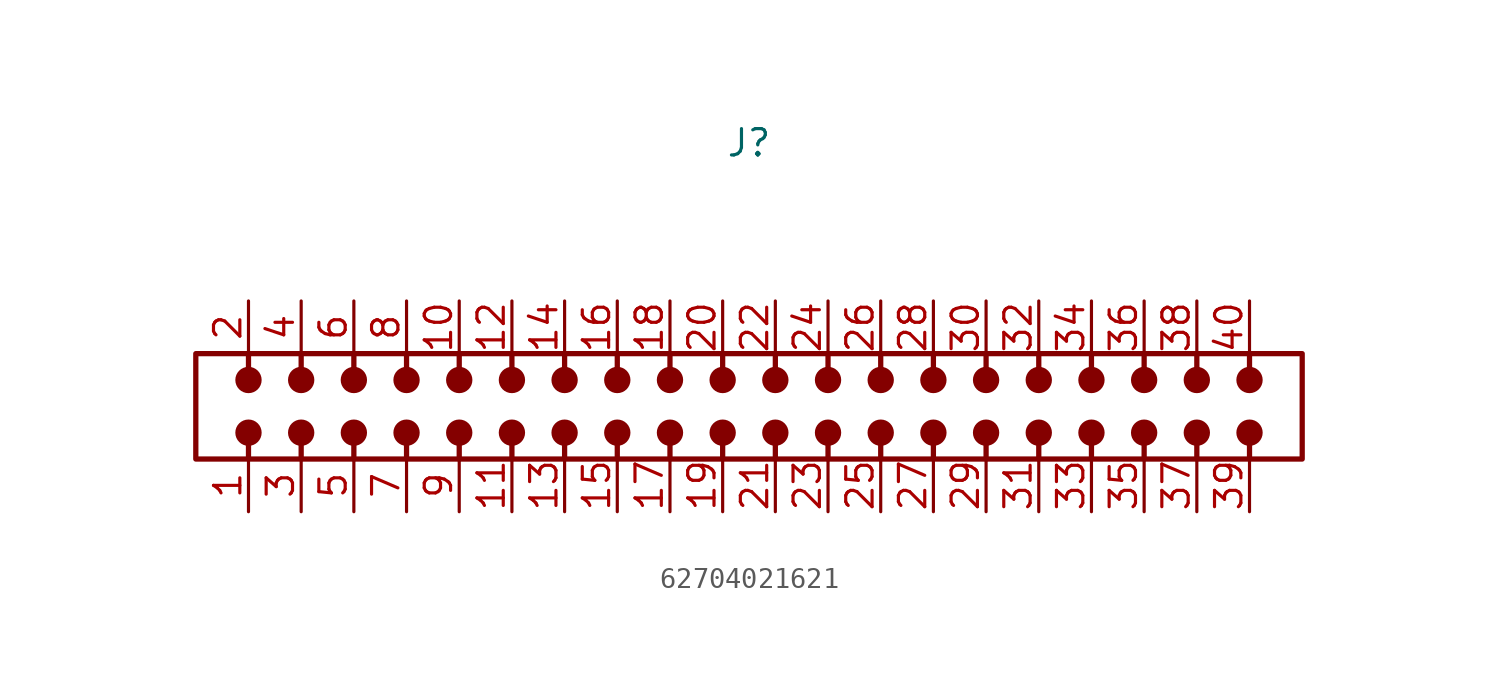
<source format=kicad_sym>
(kicad_symbol_lib
  (version 20241209)
  (generator "kicad_symbol_editor")
  (generator_version "9.0")
  (symbol "62704021621"
    (pin_names
      (hide yes))
    (property "Reference" "J"
      (at 0 12.7 0)
      (effects (font (size 1.27 1.27))))
    (symbol "62704021621_1_1"
      (polyline (pts (xy -24.13 1.778) (xy -24.13 2.54)) (stroke (width 0.254) (type solid)) (fill (type none)))
      (circle (center -24.13 1.27) (radius 0.508) (stroke (width 0.254) (type solid)) (fill (type outline)))
      (circle (center -24.13 -1.27) (radius 0.508) (stroke (width 0.254) (type solid)) (fill (type outline)))
      (polyline (pts (xy -24.13 -1.778) (xy -24.13 -2.54)) (stroke (width 0.254) (type solid)) (fill (type none)))
      (polyline (pts (xy -21.59 1.778) (xy -21.59 2.54)) (stroke (width 0.254) (type solid)) (fill (type none)))
      (circle (center -21.59 1.27) (radius 0.508) (stroke (width 0.254) (type solid)) (fill (type outline)))
      (circle (center -21.59 -1.27) (radius 0.508) (stroke (width 0.254) (type solid)) (fill (type outline)))
      (polyline (pts (xy -21.59 -1.778) (xy -21.59 -2.54)) (stroke (width 0.254) (type solid)) (fill (type none)))
      (polyline (pts (xy -19.05 1.778) (xy -19.05 2.54)) (stroke (width 0.254) (type solid)) (fill (type none)))
      (circle (center -19.05 1.27) (radius 0.508) (stroke (width 0.254) (type solid)) (fill (type outline)))
      (circle (center -19.05 -1.27) (radius 0.508) (stroke (width 0.254) (type solid)) (fill (type outline)))
      (polyline (pts (xy -19.05 -1.778) (xy -19.05 -2.54)) (stroke (width 0.254) (type solid)) (fill (type none)))
      (polyline (pts (xy -16.51 1.778) (xy -16.51 2.54)) (stroke (width 0.254) (type solid)) (fill (type none)))
      (circle (center -16.51 1.27) (radius 0.508) (stroke (width 0.254) (type solid)) (fill (type outline)))
      (circle (center -16.51 -1.27) (radius 0.508) (stroke (width 0.254) (type solid)) (fill (type outline)))
      (polyline (pts (xy -16.51 -1.778) (xy -16.51 -2.54)) (stroke (width 0.254) (type solid)) (fill (type none)))
      (polyline (pts (xy -13.97 1.778) (xy -13.97 2.54)) (stroke (width 0.254) (type solid)) (fill (type none)))
      (circle (center -13.97 1.27) (radius 0.508) (stroke (width 0.254) (type solid)) (fill (type outline)))
      (circle (center -13.97 -1.27) (radius 0.508) (stroke (width 0.254) (type solid)) (fill (type outline)))
      (polyline (pts (xy -13.97 -1.778) (xy -13.97 -2.54)) (stroke (width 0.254) (type solid)) (fill (type none)))
      (polyline (pts (xy -11.43 1.778) (xy -11.43 2.54)) (stroke (width 0.254) (type solid)) (fill (type none)))
      (circle (center -11.43 1.27) (radius 0.508) (stroke (width 0.254) (type solid)) (fill (type outline)))
      (circle (center -11.43 -1.27) (radius 0.508) (stroke (width 0.254) (type solid)) (fill (type outline)))
      (polyline (pts (xy -11.43 -1.778) (xy -11.43 -2.54)) (stroke (width 0.254) (type solid)) (fill (type none)))
      (polyline (pts (xy -8.89 1.778) (xy -8.89 2.54)) (stroke (width 0.254) (type solid)) (fill (type none)))
      (circle (center -8.89 1.27) (radius 0.508) (stroke (width 0.254) (type solid)) (fill (type outline)))
      (circle (center -8.89 -1.27) (radius 0.508) (stroke (width 0.254) (type solid)) (fill (type outline)))
      (polyline (pts (xy -8.89 -1.778) (xy -8.89 -2.54)) (stroke (width 0.254) (type solid)) (fill (type none)))
      (polyline (pts (xy -6.35 1.778) (xy -6.35 2.54)) (stroke (width 0.254) (type solid)) (fill (type none)))
      (circle (center -6.35 1.27) (radius 0.508) (stroke (width 0.254) (type solid)) (fill (type outline)))
      (circle (center -6.35 -1.27) (radius 0.508) (stroke (width 0.254) (type solid)) (fill (type outline)))
      (polyline (pts (xy -6.35 -1.778) (xy -6.35 -2.54)) (stroke (width 0.254) (type solid)) (fill (type none)))
      (polyline (pts (xy -3.81 1.778) (xy -3.81 2.54)) (stroke (width 0.254) (type solid)) (fill (type none)))
      (circle (center -3.81 1.27) (radius 0.508) (stroke (width 0.254) (type solid)) (fill (type outline)))
      (circle (center -3.81 -1.27) (radius 0.508) (stroke (width 0.254) (type solid)) (fill (type outline)))
      (polyline (pts (xy -3.81 -1.778) (xy -3.81 -2.54)) (stroke (width 0.254) (type solid)) (fill (type none)))
      (polyline (pts (xy -1.27 1.778) (xy -1.27 2.54)) (stroke (width 0.254) (type solid)) (fill (type none)))
      (circle (center -1.27 1.27) (radius 0.508) (stroke (width 0.254) (type solid)) (fill (type outline)))
      (circle (center -1.27 -1.27) (radius 0.508) (stroke (width 0.254) (type solid)) (fill (type outline)))
      (polyline (pts (xy -1.27 -1.778) (xy -1.27 -2.54)) (stroke (width 0.254) (type solid)) (fill (type none)))
      (polyline (pts (xy 1.27 1.778) (xy 1.27 2.54)) (stroke (width 0.254) (type solid)) (fill (type none)))
      (circle (center 1.27 1.27) (radius 0.508) (stroke (width 0.254) (type solid)) (fill (type outline)))
      (circle (center 1.27 -1.27) (radius 0.508) (stroke (width 0.254) (type solid)) (fill (type outline)))
      (polyline (pts (xy 1.27 -1.778) (xy 1.27 -2.54)) (stroke (width 0.254) (type solid)) (fill (type none)))
      (polyline (pts (xy 3.81 1.778) (xy 3.81 2.54)) (stroke (width 0.254) (type solid)) (fill (type none)))
      (circle (center 3.81 1.27) (radius 0.508) (stroke (width 0.254) (type solid)) (fill (type outline)))
      (circle (center 3.81 -1.27) (radius 0.508) (stroke (width 0.254) (type solid)) (fill (type outline)))
      (polyline (pts (xy 3.81 -1.778) (xy 3.81 -2.54)) (stroke (width 0.254) (type solid)) (fill (type none)))
      (polyline (pts (xy 6.35 1.778) (xy 6.35 2.54)) (stroke (width 0.254) (type solid)) (fill (type none)))
      (circle (center 6.35 1.27) (radius 0.508) (stroke (width 0.254) (type solid)) (fill (type outline)))
      (circle (center 6.35 -1.27) (radius 0.508) (stroke (width 0.254) (type solid)) (fill (type outline)))
      (polyline (pts (xy 6.35 -1.778) (xy 6.35 -2.54)) (stroke (width 0.254) (type solid)) (fill (type none)))
      (polyline (pts (xy 8.89 1.778) (xy 8.89 2.54)) (stroke (width 0.254) (type solid)) (fill (type none)))
      (circle (center 8.89 1.27) (radius 0.508) (stroke (width 0.254) (type solid)) (fill (type outline)))
      (circle (center 8.89 -1.27) (radius 0.508) (stroke (width 0.254) (type solid)) (fill (type outline)))
      (polyline (pts (xy 8.89 -1.778) (xy 8.89 -2.54)) (stroke (width 0.254) (type solid)) (fill (type none)))
      (polyline (pts (xy 11.43 1.778) (xy 11.43 2.54)) (stroke (width 0.254) (type solid)) (fill (type none)))
      (circle (center 11.43 1.27) (radius 0.508) (stroke (width 0.254) (type solid)) (fill (type outline)))
      (circle (center 11.43 -1.27) (radius 0.508) (stroke (width 0.254) (type solid)) (fill (type outline)))
      (polyline (pts (xy 11.43 -1.778) (xy 11.43 -2.54)) (stroke (width 0.254) (type solid)) (fill (type none)))
      (polyline (pts (xy 13.97 1.778) (xy 13.97 2.54)) (stroke (width 0.254) (type solid)) (fill (type none)))
      (circle (center 13.97 1.27) (radius 0.508) (stroke (width 0.254) (type solid)) (fill (type outline)))
      (circle (center 13.97 -1.27) (radius 0.508) (stroke (width 0.254) (type solid)) (fill (type outline)))
      (polyline (pts (xy 13.97 -1.778) (xy 13.97 -2.54)) (stroke (width 0.254) (type solid)) (fill (type none)))
      (polyline (pts (xy 16.51 1.778) (xy 16.51 2.54)) (stroke (width 0.254) (type solid)) (fill (type none)))
      (circle (center 16.51 1.27) (radius 0.508) (stroke (width 0.254) (type solid)) (fill (type outline)))
      (circle (center 16.51 -1.27) (radius 0.508) (stroke (width 0.254) (type solid)) (fill (type outline)))
      (polyline (pts (xy 16.51 -1.778) (xy 16.51 -2.54)) (stroke (width 0.254) (type solid)) (fill (type none)))
      (polyline (pts (xy 19.05 1.778) (xy 19.05 2.54)) (stroke (width 0.254) (type solid)) (fill (type none)))
      (circle (center 19.05 1.27) (radius 0.508) (stroke (width 0.254) (type solid)) (fill (type outline)))
      (circle (center 19.05 -1.27) (radius 0.508) (stroke (width 0.254) (type solid)) (fill (type outline)))
      (polyline (pts (xy 19.05 -1.778) (xy 19.05 -2.54)) (stroke (width 0.254) (type solid)) (fill (type none)))
      (polyline (pts (xy 21.59 1.778) (xy 21.59 2.54)) (stroke (width 0.254) (type solid)) (fill (type none)))
      (circle (center 21.59 1.27) (radius 0.508) (stroke (width 0.254) (type solid)) (fill (type outline)))
      (circle (center 21.59 -1.27) (radius 0.508) (stroke (width 0.254) (type solid)) (fill (type outline)))
      (polyline (pts (xy 21.59 -1.778) (xy 21.59 -2.54)) (stroke (width 0.254) (type solid)) (fill (type none)))
      (polyline (pts (xy 24.13 1.778) (xy 24.13 2.54)) (stroke (width 0.254) (type solid)) (fill (type none)))
      (circle (center 24.13 1.27) (radius 0.508) (stroke (width 0.254) (type solid)) (fill (type outline)))
      (circle (center 24.13 -1.27) (radius 0.508) (stroke (width 0.254) (type solid)) (fill (type outline)))
      (polyline (pts (xy 24.13 -1.778) (xy 24.13 -2.54)) (stroke (width 0.254) (type solid)) (fill (type none)))
      (rectangle (start 26.67 -2.54) (end -26.67 2.54) (stroke (width 0.254) (type solid)) (fill (type none)))
      (pin passive line (at -24.13 5.08 270) (length 2.54) (name "2" (effects (font (size 1.27 1.27)))) (number "2" (effects (font (size 1.27 1.27)))))
      (pin passive line (at -24.13 -5.08 90) (length 2.54) (name "1" (effects (font (size 1.27 1.27)))) (number "1" (effects (font (size 1.27 1.27)))))
      (pin passive line (at -21.59 5.08 270) (length 2.54) (name "4" (effects (font (size 1.27 1.27)))) (number "4" (effects (font (size 1.27 1.27)))))
      (pin passive line (at -21.59 -5.08 90) (length 2.54) (name "3" (effects (font (size 1.27 1.27)))) (number "3" (effects (font (size 1.27 1.27)))))
      (pin passive line (at -19.05 5.08 270) (length 2.54) (name "6" (effects (font (size 1.27 1.27)))) (number "6" (effects (font (size 1.27 1.27)))))
      (pin passive line (at -19.05 -5.08 90) (length 2.54) (name "5" (effects (font (size 1.27 1.27)))) (number "5" (effects (font (size 1.27 1.27)))))
      (pin passive line (at -16.51 5.08 270) (length 2.54) (name "8" (effects (font (size 1.27 1.27)))) (number "8" (effects (font (size 1.27 1.27)))))
      (pin passive line (at -16.51 -5.08 90) (length 2.54) (name "7" (effects (font (size 1.27 1.27)))) (number "7" (effects (font (size 1.27 1.27)))))
      (pin passive line (at -13.97 5.08 270) (length 2.54) (name "10" (effects (font (size 1.27 1.27)))) (number "10" (effects (font (size 1.27 1.27)))))
      (pin passive line (at -13.97 -5.08 90) (length 2.54) (name "9" (effects (font (size 1.27 1.27)))) (number "9" (effects (font (size 1.27 1.27)))))
      (pin passive line (at -11.43 5.08 270) (length 2.54) (name "12" (effects (font (size 1.27 1.27)))) (number "12" (effects (font (size 1.27 1.27)))))
      (pin passive line (at -11.43 -5.08 90) (length 2.54) (name "11" (effects (font (size 1.27 1.27)))) (number "11" (effects (font (size 1.27 1.27)))))
      (pin passive line (at -8.89 5.08 270) (length 2.54) (name "14" (effects (font (size 1.27 1.27)))) (number "14" (effects (font (size 1.27 1.27)))))
      (pin passive line (at -8.89 -5.08 90) (length 2.54) (name "13" (effects (font (size 1.27 1.27)))) (number "13" (effects (font (size 1.27 1.27)))))
      (pin passive line (at -6.35 5.08 270) (length 2.54) (name "16" (effects (font (size 1.27 1.27)))) (number "16" (effects (font (size 1.27 1.27)))))
      (pin passive line (at -6.35 -5.08 90) (length 2.54) (name "15" (effects (font (size 1.27 1.27)))) (number "15" (effects (font (size 1.27 1.27)))))
      (pin passive line (at -3.81 5.08 270) (length 2.54) (name "18" (effects (font (size 1.27 1.27)))) (number "18" (effects (font (size 1.27 1.27)))))
      (pin passive line (at -3.81 -5.08 90) (length 2.54) (name "17" (effects (font (size 1.27 1.27)))) (number "17" (effects (font (size 1.27 1.27)))))
      (pin passive line (at -1.27 5.08 270) (length 2.54) (name "20" (effects (font (size 1.27 1.27)))) (number "20" (effects (font (size 1.27 1.27)))))
      (pin passive line (at -1.27 -5.08 90) (length 2.54) (name "19" (effects (font (size 1.27 1.27)))) (number "19" (effects (font (size 1.27 1.27)))))
      (pin passive line (at 1.27 5.08 270) (length 2.54) (name "22" (effects (font (size 1.27 1.27)))) (number "22" (effects (font (size 1.27 1.27)))))
      (pin passive line (at 1.27 -5.08 90) (length 2.54) (name "21" (effects (font (size 1.27 1.27)))) (number "21" (effects (font (size 1.27 1.27)))))
      (pin passive line (at 3.81 5.08 270) (length 2.54) (name "24" (effects (font (size 1.27 1.27)))) (number "24" (effects (font (size 1.27 1.27)))))
      (pin passive line (at 3.81 -5.08 90) (length 2.54) (name "23" (effects (font (size 1.27 1.27)))) (number "23" (effects (font (size 1.27 1.27)))))
      (pin passive line (at 6.35 5.08 270) (length 2.54) (name "26" (effects (font (size 1.27 1.27)))) (number "26" (effects (font (size 1.27 1.27)))))
      (pin passive line (at 6.35 -5.08 90) (length 2.54) (name "25" (effects (font (size 1.27 1.27)))) (number "25" (effects (font (size 1.27 1.27)))))
      (pin passive line (at 8.89 5.08 270) (length 2.54) (name "28" (effects (font (size 1.27 1.27)))) (number "28" (effects (font (size 1.27 1.27)))))
      (pin passive line (at 8.89 -5.08 90) (length 2.54) (name "27" (effects (font (size 1.27 1.27)))) (number "27" (effects (font (size 1.27 1.27)))))
      (pin passive line (at 11.43 5.08 270) (length 2.54) (name "30" (effects (font (size 1.27 1.27)))) (number "30" (effects (font (size 1.27 1.27)))))
      (pin passive line (at 11.43 -5.08 90) (length 2.54) (name "29" (effects (font (size 1.27 1.27)))) (number "29" (effects (font (size 1.27 1.27)))))
      (pin passive line (at 13.97 5.08 270) (length 2.54) (name "32" (effects (font (size 1.27 1.27)))) (number "32" (effects (font (size 1.27 1.27)))))
      (pin passive line (at 13.97 -5.08 90) (length 2.54) (name "31" (effects (font (size 1.27 1.27)))) (number "31" (effects (font (size 1.27 1.27)))))
      (pin passive line (at 16.51 5.08 270) (length 2.54) (name "34" (effects (font (size 1.27 1.27)))) (number "34" (effects (font (size 1.27 1.27)))))
      (pin passive line (at 16.51 -5.08 90) (length 2.54) (name "33" (effects (font (size 1.27 1.27)))) (number "33" (effects (font (size 1.27 1.27)))))
      (pin passive line (at 19.05 5.08 270) (length 2.54) (name "36" (effects (font (size 1.27 1.27)))) (number "36" (effects (font (size 1.27 1.27)))))
      (pin passive line (at 19.05 -5.08 90) (length 2.54) (name "35" (effects (font (size 1.27 1.27)))) (number "35" (effects (font (size 1.27 1.27)))))
      (pin passive line (at 21.59 5.08 270) (length 2.54) (name "38" (effects (font (size 1.27 1.27)))) (number "38" (effects (font (size 1.27 1.27)))))
      (pin passive line (at 21.59 -5.08 90) (length 2.54) (name "37" (effects (font (size 1.27 1.27)))) (number "37" (effects (font (size 1.27 1.27)))))
      (pin passive line (at 24.13 5.08 270) (length 2.54) (name "40" (effects (font (size 1.27 1.27)))) (number "40" (effects (font (size 1.27 1.27)))))
      (pin passive line (at 24.13 -5.08 90) (length 2.54) (name "39" (effects (font (size 1.27 1.27)))) (number "39" (effects (font (size 1.27 1.27))))))))
</source>
